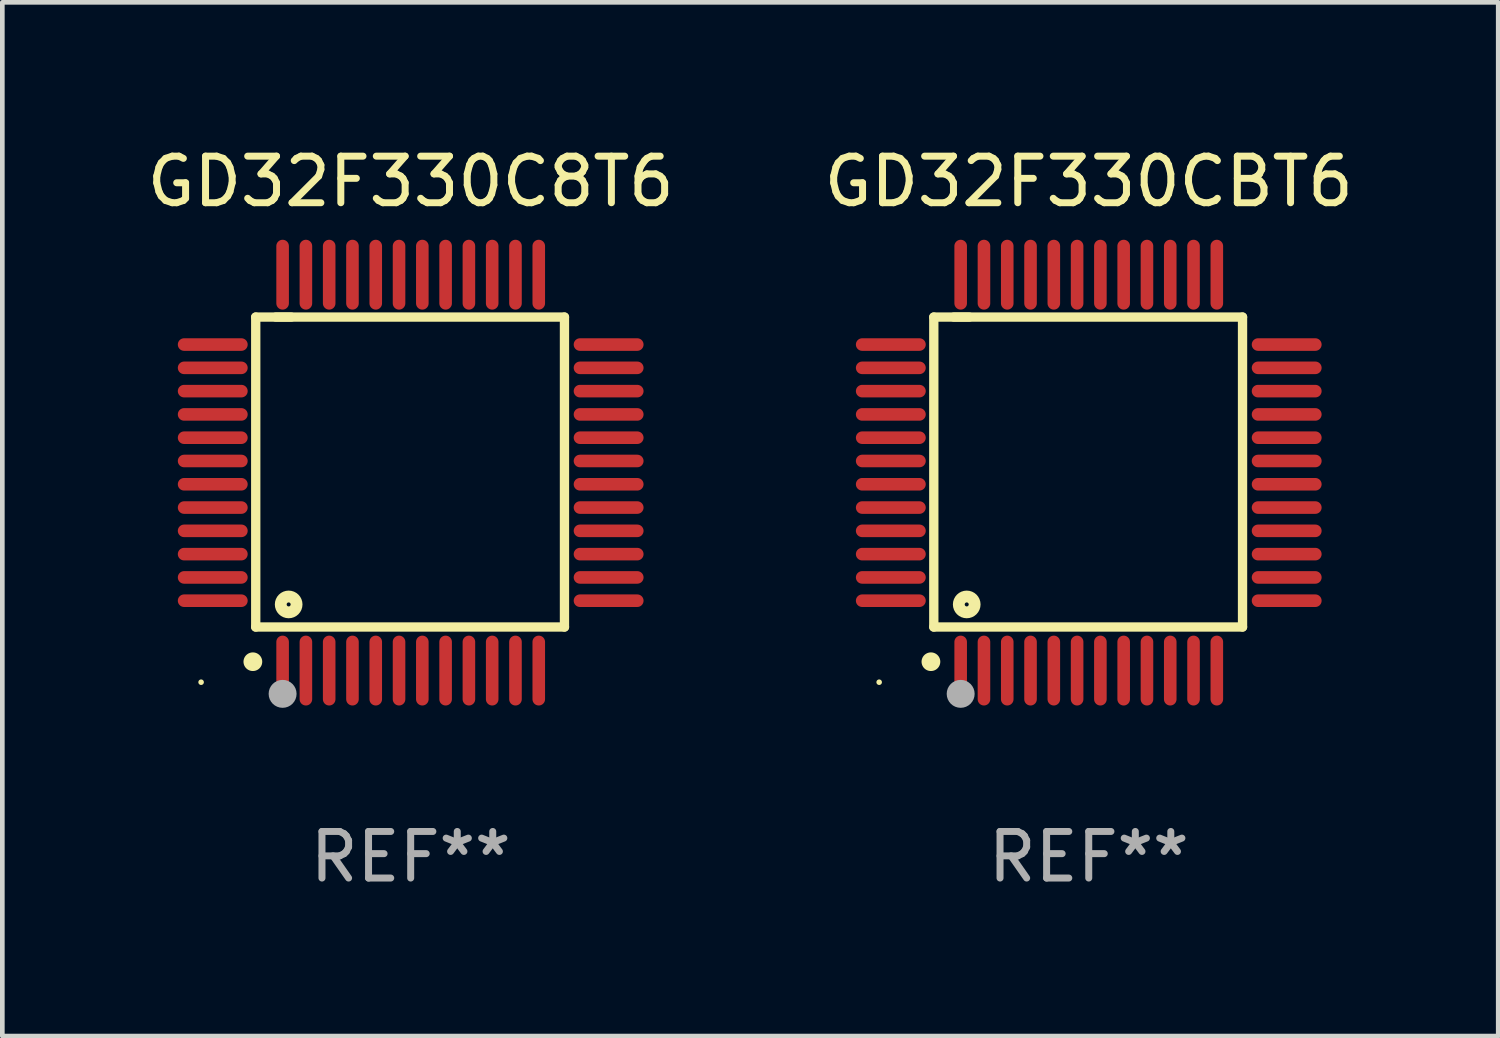
<source format=kicad_pcb>
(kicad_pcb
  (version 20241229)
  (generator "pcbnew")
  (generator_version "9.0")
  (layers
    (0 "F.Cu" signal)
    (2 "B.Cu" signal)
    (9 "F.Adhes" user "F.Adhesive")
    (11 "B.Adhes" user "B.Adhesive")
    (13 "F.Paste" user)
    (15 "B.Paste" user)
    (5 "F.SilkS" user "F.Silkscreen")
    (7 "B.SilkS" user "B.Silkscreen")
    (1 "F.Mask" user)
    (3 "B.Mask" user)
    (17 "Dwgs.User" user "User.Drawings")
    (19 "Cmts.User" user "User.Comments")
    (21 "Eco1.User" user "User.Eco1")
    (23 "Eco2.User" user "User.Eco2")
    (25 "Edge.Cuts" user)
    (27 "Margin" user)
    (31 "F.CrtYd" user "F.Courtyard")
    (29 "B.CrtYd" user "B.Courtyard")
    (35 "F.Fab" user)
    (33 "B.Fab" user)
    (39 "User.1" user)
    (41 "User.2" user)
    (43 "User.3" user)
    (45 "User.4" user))
  (footprint "GD32F330CBT6"
    (layer "F.Cu")
    (at 20.327 7.098)
    (property "Reference" "GD32F330CBT6" (at 0 -6.25 0) (layer "F.SilkS") (effects (font (size 1 1) (thickness 0.15))))
    (attr through_hole)
    (fp_line (start -3.327 -3.34) (end -2.565 -3.34) (stroke (width 0.2) (type solid)) (layer "F.SilkS"))
    (fp_line (start -3.327 3.315) (end -3.327 -3.34) (stroke (width 0.2) (type solid)) (layer "F.SilkS"))
    (fp_line (start -2.896 -3.34) (end 3.302 -3.34) (stroke (width 0.2) (type solid)) (layer "F.SilkS"))
    (fp_line (start 3.302 -3.34) (end 3.302 3.315) (stroke (width 0.2) (type solid)) (layer "F.SilkS"))
    (fp_line (start 3.302 3.315) (end -3.327 3.315) (stroke (width 0.2) (type solid)) (layer "F.SilkS"))
    (fp_arc (start -3.389992 4.059995) (mid -3.388722 4.059991) (end -3.387452 4.059995) (stroke (width 0.4) (type solid)) (layer "F.SilkS"))
    (fp_circle (center -4.5 4.5) (end -4.47 4.5) (stroke (width 0.06) (type solid)) (fill no) (layer "F.SilkS"))
    (fp_circle (center -2.62 2.83) (end -2.45 2.83) (stroke (width 0.254) (type solid)) (fill no) (layer "F.SilkS"))
    (fp_circle (center -2.75 4.75) (end -2.6 4.75) (stroke (width 0.3) (type solid)) (fill no) (layer "F.Fab"))
    (fp_text user "REF**" (at 0 8.25 0) (layer "F.Fab") (effects (font (size 1 1) (thickness 0.15))))
    (pad "1" smd oval (at -2.75 4.25) (size 0.27 1.5) (layers "F.Cu" "F.Mask" "F.Paste"))
    (pad "2" smd oval (at -2.25 4.25) (size 0.27 1.5) (layers "F.Cu" "F.Mask" "F.Paste"))
    (pad "3" smd oval (at -1.75 4.25) (size 0.27 1.5) (layers "F.Cu" "F.Mask" "F.Paste"))
    (pad "4" smd oval (at -1.25 4.25) (size 0.27 1.5) (layers "F.Cu" "F.Mask" "F.Paste"))
    (pad "5" smd oval (at -0.75 4.25) (size 0.27 1.5) (layers "F.Cu" "F.Mask" "F.Paste"))
    (pad "6" smd oval (at -0.25 4.25) (size 0.27 1.5) (layers "F.Cu" "F.Mask" "F.Paste"))
    (pad "7" smd oval (at 0.25 4.25) (size 0.27 1.5) (layers "F.Cu" "F.Mask" "F.Paste"))
    (pad "8" smd oval (at 0.75 4.25) (size 0.27 1.5) (layers "F.Cu" "F.Mask" "F.Paste"))
    (pad "9" smd oval (at 1.25 4.25) (size 0.27 1.5) (layers "F.Cu" "F.Mask" "F.Paste"))
    (pad "10" smd oval (at 1.75 4.25) (size 0.27 1.5) (layers "F.Cu" "F.Mask" "F.Paste"))
    (pad "11" smd oval (at 2.25 4.25) (size 0.27 1.5) (layers "F.Cu" "F.Mask" "F.Paste"))
    (pad "12" smd oval (at 2.75 4.25) (size 0.27 1.5) (layers "F.Cu" "F.Mask" "F.Paste"))
    (pad "13" smd oval (at 4.25 2.75) (size 1.5 0.27) (layers "F.Cu" "F.Mask" "F.Paste"))
    (pad "14" smd oval (at 4.25 2.25) (size 1.5 0.27) (layers "F.Cu" "F.Mask" "F.Paste"))
    (pad "15" smd oval (at 4.25 1.75) (size 1.5 0.27) (layers "F.Cu" "F.Mask" "F.Paste"))
    (pad "16" smd oval (at 4.25 1.25) (size 1.5 0.27) (layers "F.Cu" "F.Mask" "F.Paste"))
    (pad "17" smd oval (at 4.25 0.75) (size 1.5 0.27) (layers "F.Cu" "F.Mask" "F.Paste"))
    (pad "18" smd oval (at 4.25 0.25) (size 1.5 0.27) (layers "F.Cu" "F.Mask" "F.Paste"))
    (pad "19" smd oval (at 4.25 -0.25) (size 1.5 0.27) (layers "F.Cu" "F.Mask" "F.Paste"))
    (pad "20" smd oval (at 4.25 -0.75) (size 1.5 0.27) (layers "F.Cu" "F.Mask" "F.Paste"))
    (pad "21" smd oval (at 4.25 -1.25) (size 1.5 0.27) (layers "F.Cu" "F.Mask" "F.Paste"))
    (pad "22" smd oval (at 4.25 -1.75) (size 1.5 0.27) (layers "F.Cu" "F.Mask" "F.Paste"))
    (pad "23" smd oval (at 4.25 -2.25) (size 1.5 0.27) (layers "F.Cu" "F.Mask" "F.Paste"))
    (pad "24" smd oval (at 4.25 -2.75) (size 1.5 0.27) (layers "F.Cu" "F.Mask" "F.Paste"))
    (pad "25" smd oval (at 2.75 -4.25) (size 0.27 1.5) (layers "F.Cu" "F.Mask" "F.Paste"))
    (pad "26" smd oval (at 2.25 -4.25) (size 0.27 1.5) (layers "F.Cu" "F.Mask" "F.Paste"))
    (pad "27" smd oval (at 1.75 -4.25) (size 0.27 1.5) (layers "F.Cu" "F.Mask" "F.Paste"))
    (pad "28" smd oval (at 1.25 -4.25) (size 0.27 1.5) (layers "F.Cu" "F.Mask" "F.Paste"))
    (pad "29" smd oval (at 0.75 -4.25) (size 0.27 1.5) (layers "F.Cu" "F.Mask" "F.Paste"))
    (pad "30" smd oval (at 0.25 -4.25) (size 0.27 1.5) (layers "F.Cu" "F.Mask" "F.Paste"))
    (pad "31" smd oval (at -0.25 -4.25) (size 0.27 1.5) (layers "F.Cu" "F.Mask" "F.Paste"))
    (pad "32" smd oval (at -0.75 -4.25) (size 0.27 1.5) (layers "F.Cu" "F.Mask" "F.Paste"))
    (pad "33" smd oval (at -1.25 -4.25) (size 0.27 1.5) (layers "F.Cu" "F.Mask" "F.Paste"))
    (pad "34" smd oval (at -1.75 -4.25) (size 0.27 1.5) (layers "F.Cu" "F.Mask" "F.Paste"))
    (pad "35" smd oval (at -2.25 -4.25) (size 0.27 1.5) (layers "F.Cu" "F.Mask" "F.Paste"))
    (pad "36" smd oval (at -2.75 -4.25) (size 0.27 1.5) (layers "F.Cu" "F.Mask" "F.Paste"))
    (pad "37" smd oval (at -4.25 -2.75) (size 1.5 0.27) (layers "F.Cu" "F.Mask" "F.Paste"))
    (pad "38" smd oval (at -4.25 -2.25) (size 1.5 0.27) (layers "F.Cu" "F.Mask" "F.Paste"))
    (pad "39" smd oval (at -4.25 -1.75) (size 1.5 0.27) (layers "F.Cu" "F.Mask" "F.Paste"))
    (pad "40" smd oval (at -4.25 -1.25) (size 1.5 0.27) (layers "F.Cu" "F.Mask" "F.Paste"))
    (pad "41" smd oval (at -4.25 -0.75) (size 1.5 0.27) (layers "F.Cu" "F.Mask" "F.Paste"))
    (pad "42" smd oval (at -4.25 -0.25) (size 1.5 0.27) (layers "F.Cu" "F.Mask" "F.Paste"))
    (pad "43" smd oval (at -4.25 0.25) (size 1.5 0.27) (layers "F.Cu" "F.Mask" "F.Paste"))
    (pad "44" smd oval (at -4.25 0.75) (size 1.5 0.27) (layers "F.Cu" "F.Mask" "F.Paste"))
    (pad "45" smd oval (at -4.25 1.25) (size 1.5 0.27) (layers "F.Cu" "F.Mask" "F.Paste"))
    (pad "46" smd oval (at -4.25 1.75) (size 1.5 0.27) (layers "F.Cu" "F.Mask" "F.Paste"))
    (pad "47" smd oval (at -4.25 2.25) (size 1.5 0.27) (layers "F.Cu" "F.Mask" "F.Paste"))
    (pad "48" smd oval (at -4.25 2.75) (size 1.5 0.27) (layers "F.Cu" "F.Mask" "F.Paste")))
  (footprint "GD32F330C8T6"
    (layer "F.Cu")
    (at 5.768 7.098)
    (property "Reference" "GD32F330C8T6" (at 0 -6.25 0) (layer "F.SilkS") (effects (font (size 1 1) (thickness 0.15))))
    (attr through_hole)
    (fp_line (start -3.327 -3.34) (end -2.565 -3.34) (stroke (width 0.2) (type solid)) (layer "F.SilkS"))
    (fp_line (start -3.327 3.315) (end -3.327 -3.34) (stroke (width 0.2) (type solid)) (layer "F.SilkS"))
    (fp_line (start -2.896 -3.34) (end 3.302 -3.34) (stroke (width 0.2) (type solid)) (layer "F.SilkS"))
    (fp_line (start 3.302 -3.34) (end 3.302 3.315) (stroke (width 0.2) (type solid)) (layer "F.SilkS"))
    (fp_line (start 3.302 3.315) (end -3.327 3.315) (stroke (width 0.2) (type solid)) (layer "F.SilkS"))
    (fp_arc (start -3.389992 4.059995) (mid -3.388722 4.059991) (end -3.387452 4.059995) (stroke (width 0.4) (type solid)) (layer "F.SilkS"))
    (fp_circle (center -4.5 4.5) (end -4.47 4.5) (stroke (width 0.06) (type solid)) (fill no) (layer "F.SilkS"))
    (fp_circle (center -2.62 2.83) (end -2.45 2.83) (stroke (width 0.254) (type solid)) (fill no) (layer "F.SilkS"))
    (fp_circle (center -2.75 4.75) (end -2.6 4.75) (stroke (width 0.3) (type solid)) (fill no) (layer "F.Fab"))
    (fp_text user "REF**" (at 0 8.25 0) (layer "F.Fab") (effects (font (size 1 1) (thickness 0.15))))
    (pad "1" smd oval (at -2.75 4.25) (size 0.27 1.5) (layers "F.Cu" "F.Mask" "F.Paste"))
    (pad "2" smd oval (at -2.25 4.25) (size 0.27 1.5) (layers "F.Cu" "F.Mask" "F.Paste"))
    (pad "3" smd oval (at -1.75 4.25) (size 0.27 1.5) (layers "F.Cu" "F.Mask" "F.Paste"))
    (pad "4" smd oval (at -1.25 4.25) (size 0.27 1.5) (layers "F.Cu" "F.Mask" "F.Paste"))
    (pad "5" smd oval (at -0.75 4.25) (size 0.27 1.5) (layers "F.Cu" "F.Mask" "F.Paste"))
    (pad "6" smd oval (at -0.25 4.25) (size 0.27 1.5) (layers "F.Cu" "F.Mask" "F.Paste"))
    (pad "7" smd oval (at 0.25 4.25) (size 0.27 1.5) (layers "F.Cu" "F.Mask" "F.Paste"))
    (pad "8" smd oval (at 0.75 4.25) (size 0.27 1.5) (layers "F.Cu" "F.Mask" "F.Paste"))
    (pad "9" smd oval (at 1.25 4.25) (size 0.27 1.5) (layers "F.Cu" "F.Mask" "F.Paste"))
    (pad "10" smd oval (at 1.75 4.25) (size 0.27 1.5) (layers "F.Cu" "F.Mask" "F.Paste"))
    (pad "11" smd oval (at 2.25 4.25) (size 0.27 1.5) (layers "F.Cu" "F.Mask" "F.Paste"))
    (pad "12" smd oval (at 2.75 4.25) (size 0.27 1.5) (layers "F.Cu" "F.Mask" "F.Paste"))
    (pad "13" smd oval (at 4.25 2.75) (size 1.5 0.27) (layers "F.Cu" "F.Mask" "F.Paste"))
    (pad "14" smd oval (at 4.25 2.25) (size 1.5 0.27) (layers "F.Cu" "F.Mask" "F.Paste"))
    (pad "15" smd oval (at 4.25 1.75) (size 1.5 0.27) (layers "F.Cu" "F.Mask" "F.Paste"))
    (pad "16" smd oval (at 4.25 1.25) (size 1.5 0.27) (layers "F.Cu" "F.Mask" "F.Paste"))
    (pad "17" smd oval (at 4.25 0.75) (size 1.5 0.27) (layers "F.Cu" "F.Mask" "F.Paste"))
    (pad "18" smd oval (at 4.25 0.25) (size 1.5 0.27) (layers "F.Cu" "F.Mask" "F.Paste"))
    (pad "19" smd oval (at 4.25 -0.25) (size 1.5 0.27) (layers "F.Cu" "F.Mask" "F.Paste"))
    (pad "20" smd oval (at 4.25 -0.75) (size 1.5 0.27) (layers "F.Cu" "F.Mask" "F.Paste"))
    (pad "21" smd oval (at 4.25 -1.25) (size 1.5 0.27) (layers "F.Cu" "F.Mask" "F.Paste"))
    (pad "22" smd oval (at 4.25 -1.75) (size 1.5 0.27) (layers "F.Cu" "F.Mask" "F.Paste"))
    (pad "23" smd oval (at 4.25 -2.25) (size 1.5 0.27) (layers "F.Cu" "F.Mask" "F.Paste"))
    (pad "24" smd oval (at 4.25 -2.75) (size 1.5 0.27) (layers "F.Cu" "F.Mask" "F.Paste"))
    (pad "25" smd oval (at 2.75 -4.25) (size 0.27 1.5) (layers "F.Cu" "F.Mask" "F.Paste"))
    (pad "26" smd oval (at 2.25 -4.25) (size 0.27 1.5) (layers "F.Cu" "F.Mask" "F.Paste"))
    (pad "27" smd oval (at 1.75 -4.25) (size 0.27 1.5) (layers "F.Cu" "F.Mask" "F.Paste"))
    (pad "28" smd oval (at 1.25 -4.25) (size 0.27 1.5) (layers "F.Cu" "F.Mask" "F.Paste"))
    (pad "29" smd oval (at 0.75 -4.25) (size 0.27 1.5) (layers "F.Cu" "F.Mask" "F.Paste"))
    (pad "30" smd oval (at 0.25 -4.25) (size 0.27 1.5) (layers "F.Cu" "F.Mask" "F.Paste"))
    (pad "31" smd oval (at -0.25 -4.25) (size 0.27 1.5) (layers "F.Cu" "F.Mask" "F.Paste"))
    (pad "32" smd oval (at -0.75 -4.25) (size 0.27 1.5) (layers "F.Cu" "F.Mask" "F.Paste"))
    (pad "33" smd oval (at -1.25 -4.25) (size 0.27 1.5) (layers "F.Cu" "F.Mask" "F.Paste"))
    (pad "34" smd oval (at -1.75 -4.25) (size 0.27 1.5) (layers "F.Cu" "F.Mask" "F.Paste"))
    (pad "35" smd oval (at -2.25 -4.25) (size 0.27 1.5) (layers "F.Cu" "F.Mask" "F.Paste"))
    (pad "36" smd oval (at -2.75 -4.25) (size 0.27 1.5) (layers "F.Cu" "F.Mask" "F.Paste"))
    (pad "37" smd oval (at -4.25 -2.75) (size 1.5 0.27) (layers "F.Cu" "F.Mask" "F.Paste"))
    (pad "38" smd oval (at -4.25 -2.25) (size 1.5 0.27) (layers "F.Cu" "F.Mask" "F.Paste"))
    (pad "39" smd oval (at -4.25 -1.75) (size 1.5 0.27) (layers "F.Cu" "F.Mask" "F.Paste"))
    (pad "40" smd oval (at -4.25 -1.25) (size 1.5 0.27) (layers "F.Cu" "F.Mask" "F.Paste"))
    (pad "41" smd oval (at -4.25 -0.75) (size 1.5 0.27) (layers "F.Cu" "F.Mask" "F.Paste"))
    (pad "42" smd oval (at -4.25 -0.25) (size 1.5 0.27) (layers "F.Cu" "F.Mask" "F.Paste"))
    (pad "43" smd oval (at -4.25 0.25) (size 1.5 0.27) (layers "F.Cu" "F.Mask" "F.Paste"))
    (pad "44" smd oval (at -4.25 0.75) (size 1.5 0.27) (layers "F.Cu" "F.Mask" "F.Paste"))
    (pad "45" smd oval (at -4.25 1.25) (size 1.5 0.27) (layers "F.Cu" "F.Mask" "F.Paste"))
    (pad "46" smd oval (at -4.25 1.75) (size 1.5 0.27) (layers "F.Cu" "F.Mask" "F.Paste"))
    (pad "47" smd oval (at -4.25 2.25) (size 1.5 0.27) (layers "F.Cu" "F.Mask" "F.Paste"))
    (pad "48" smd oval (at -4.25 2.75) (size 1.5 0.27) (layers "F.Cu" "F.Mask" "F.Paste")))
  (gr_rect
    (start -3 -3)
    (end 29.119 19.196)
    (stroke (width 0.1) (type default))
    (fill no)
    (layer "Edge.Cuts")))
</source>
